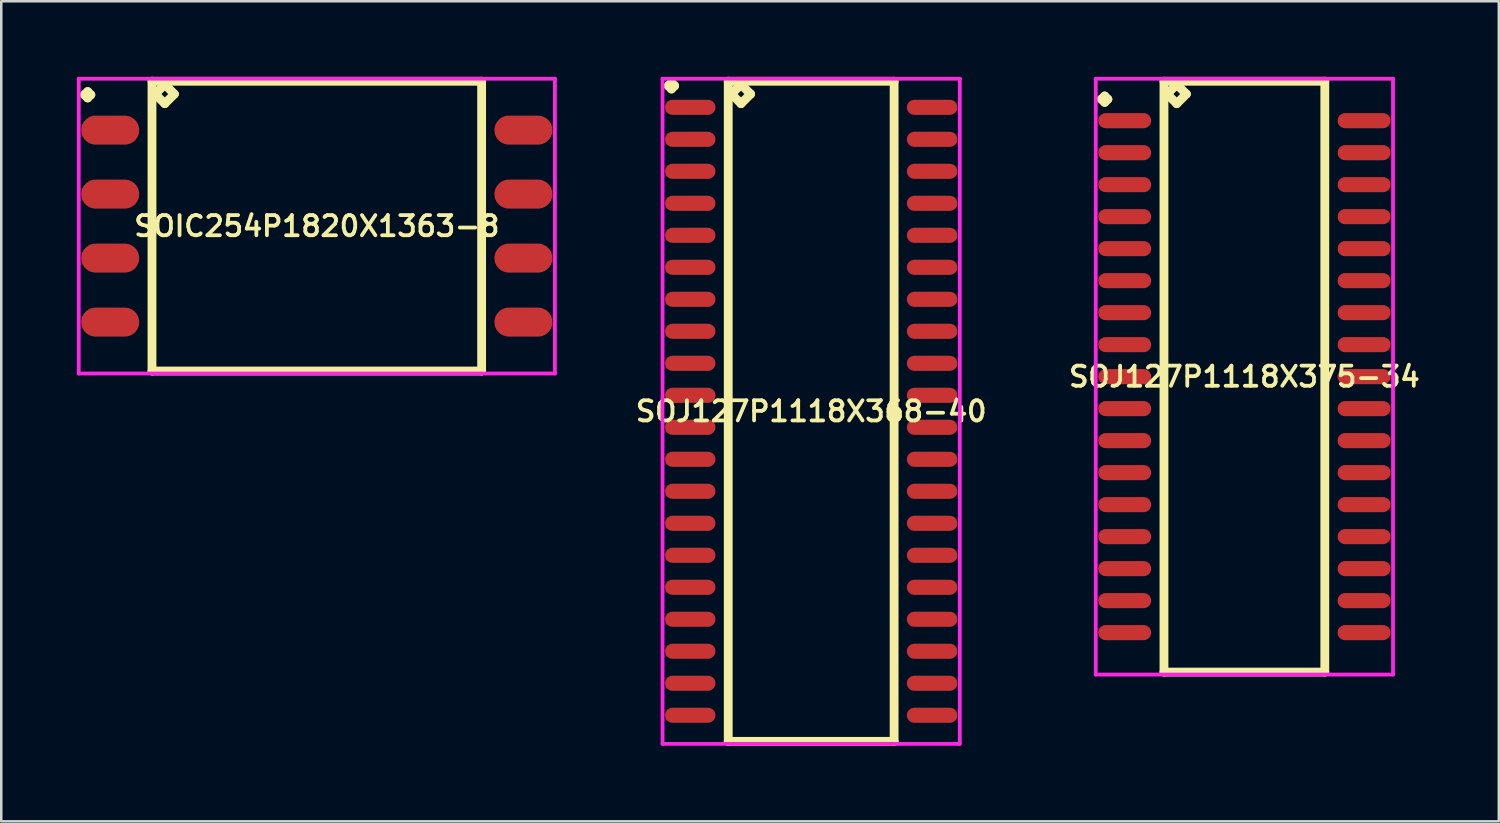
<source format=kicad_pcb>
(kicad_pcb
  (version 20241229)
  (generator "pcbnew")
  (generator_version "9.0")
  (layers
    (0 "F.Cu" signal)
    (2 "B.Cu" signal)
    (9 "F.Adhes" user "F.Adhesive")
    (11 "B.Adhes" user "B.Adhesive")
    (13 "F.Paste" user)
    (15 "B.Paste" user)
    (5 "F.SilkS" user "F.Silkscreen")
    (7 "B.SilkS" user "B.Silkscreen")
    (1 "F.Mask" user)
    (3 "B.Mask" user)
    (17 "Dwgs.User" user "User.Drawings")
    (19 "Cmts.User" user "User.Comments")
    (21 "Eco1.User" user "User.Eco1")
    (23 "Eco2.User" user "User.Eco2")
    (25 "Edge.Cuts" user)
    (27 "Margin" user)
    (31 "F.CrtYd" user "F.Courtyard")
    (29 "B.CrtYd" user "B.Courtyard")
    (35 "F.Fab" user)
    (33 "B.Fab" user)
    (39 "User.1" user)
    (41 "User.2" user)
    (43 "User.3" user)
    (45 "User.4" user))
  (footprint "SOJ127P1118X375-34"
    (layer "F.Cu")
    (at 46.342 11.9)
    (property "Reference" "SOJ127P1118X375-34" (at 0 0 0) (layer "F.SilkS") (effects (font (size 0.8 0.8) (thickness 0.15))))
    (attr smd)
    (fp_line (start -5.673 -11.014) (end -5.546 -11.141) (stroke (width 0.35) (type solid)) (layer "F.SilkS"))
    (fp_line (start -5.546 -11.141) (end -5.419 -11.014) (stroke (width 0.35) (type solid)) (layer "F.SilkS"))
    (fp_line (start -5.546 -10.887) (end -5.673 -11.014) (stroke (width 0.35) (type solid)) (layer "F.SilkS"))
    (fp_line (start -5.419 -11.014) (end -5.546 -10.887) (stroke (width 0.35) (type solid)) (layer "F.SilkS"))
    (fp_line (start -3.192 -11.725) (end -3.192 11.725) (stroke (width 0.35) (type solid)) (layer "F.SilkS"))
    (fp_line (start -3.192 11.725) (end 3.192 11.725) (stroke (width 0.35) (type solid)) (layer "F.SilkS"))
    (fp_line (start -3.065 -11.217) (end -2.684 -11.598) (stroke (width 0.35) (type solid)) (layer "F.SilkS"))
    (fp_line (start -2.684 -11.598) (end -2.303 -11.217) (stroke (width 0.35) (type solid)) (layer "F.SilkS"))
    (fp_line (start -2.684 -10.836) (end -3.065 -11.217) (stroke (width 0.35) (type solid)) (layer "F.SilkS"))
    (fp_line (start -2.303 -11.217) (end -2.684 -10.836) (stroke (width 0.35) (type solid)) (layer "F.SilkS"))
    (fp_line (start 3.192 -11.725) (end -3.192 -11.725) (stroke (width 0.35) (type solid)) (layer "F.SilkS"))
    (fp_line (start 3.192 11.725) (end 3.192 -11.725) (stroke (width 0.35) (type solid)) (layer "F.SilkS"))
    (fp_line (start -5.9 -11.825) (end 5.9 -11.825) (stroke (width 0.15) (type solid)) (layer "F.CrtYd"))
    (fp_line (start -5.9 11.825) (end -5.9 -11.825) (stroke (width 0.15) (type solid)) (layer "F.CrtYd"))
    (fp_line (start 5.9 -11.825) (end 5.9 11.825) (stroke (width 0.15) (type solid)) (layer "F.CrtYd"))
    (fp_line (start 5.9 11.825) (end -5.9 11.825) (stroke (width 0.15) (type solid)) (layer "F.CrtYd"))
    (pad "1" smd oval (at -4.75 -10.16) (size 2.1 0.6) (layers "F.Cu" "F.Mask" "F.Paste"))
    (pad "2" smd oval (at -4.75 -8.89) (size 2.1 0.6) (layers "F.Cu" "F.Mask" "F.Paste"))
    (pad "3" smd oval (at -4.75 -7.62) (size 2.1 0.6) (layers "F.Cu" "F.Mask" "F.Paste"))
    (pad "4" smd oval (at -4.75 -6.35) (size 2.1 0.6) (layers "F.Cu" "F.Mask" "F.Paste"))
    (pad "5" smd oval (at -4.75 -5.08) (size 2.1 0.6) (layers "F.Cu" "F.Mask" "F.Paste"))
    (pad "6" smd oval (at -4.75 -3.81) (size 2.1 0.6) (layers "F.Cu" "F.Mask" "F.Paste"))
    (pad "7" smd oval (at -4.75 -2.54) (size 2.1 0.6) (layers "F.Cu" "F.Mask" "F.Paste"))
    (pad "8" smd oval (at -4.75 -1.27) (size 2.1 0.6) (layers "F.Cu" "F.Mask" "F.Paste"))
    (pad "9" smd oval (at -4.75 0) (size 2.1 0.6) (layers "F.Cu" "F.Mask" "F.Paste"))
    (pad "10" smd oval (at -4.75 1.27) (size 2.1 0.6) (layers "F.Cu" "F.Mask" "F.Paste"))
    (pad "11" smd oval (at -4.75 2.54) (size 2.1 0.6) (layers "F.Cu" "F.Mask" "F.Paste"))
    (pad "12" smd oval (at -4.75 3.81) (size 2.1 0.6) (layers "F.Cu" "F.Mask" "F.Paste"))
    (pad "13" smd oval (at -4.75 5.08) (size 2.1 0.6) (layers "F.Cu" "F.Mask" "F.Paste"))
    (pad "14" smd oval (at -4.75 6.35) (size 2.1 0.6) (layers "F.Cu" "F.Mask" "F.Paste"))
    (pad "15" smd oval (at -4.75 7.62) (size 2.1 0.6) (layers "F.Cu" "F.Mask" "F.Paste"))
    (pad "16" smd oval (at -4.75 8.89) (size 2.1 0.6) (layers "F.Cu" "F.Mask" "F.Paste"))
    (pad "17" smd oval (at -4.75 10.16) (size 2.1 0.6) (layers "F.Cu" "F.Mask" "F.Paste"))
    (pad "18" smd oval (at 4.75 10.16) (size 2.1 0.6) (layers "F.Cu" "F.Mask" "F.Paste"))
    (pad "19" smd oval (at 4.75 8.89) (size 2.1 0.6) (layers "F.Cu" "F.Mask" "F.Paste"))
    (pad "20" smd oval (at 4.75 7.62) (size 2.1 0.6) (layers "F.Cu" "F.Mask" "F.Paste"))
    (pad "21" smd oval (at 4.75 6.35) (size 2.1 0.6) (layers "F.Cu" "F.Mask" "F.Paste"))
    (pad "22" smd oval (at 4.75 5.08) (size 2.1 0.6) (layers "F.Cu" "F.Mask" "F.Paste"))
    (pad "23" smd oval (at 4.75 3.81) (size 2.1 0.6) (layers "F.Cu" "F.Mask" "F.Paste"))
    (pad "24" smd oval (at 4.75 2.54) (size 2.1 0.6) (layers "F.Cu" "F.Mask" "F.Paste"))
    (pad "25" smd oval (at 4.75 1.27) (size 2.1 0.6) (layers "F.Cu" "F.Mask" "F.Paste"))
    (pad "26" smd oval (at 4.75 0) (size 2.1 0.6) (layers "F.Cu" "F.Mask" "F.Paste"))
    (pad "27" smd oval (at 4.75 -1.27) (size 2.1 0.6) (layers "F.Cu" "F.Mask" "F.Paste"))
    (pad "28" smd oval (at 4.75 -2.54) (size 2.1 0.6) (layers "F.Cu" "F.Mask" "F.Paste"))
    (pad "29" smd oval (at 4.75 -3.81) (size 2.1 0.6) (layers "F.Cu" "F.Mask" "F.Paste"))
    (pad "30" smd oval (at 4.75 -5.08) (size 2.1 0.6) (layers "F.Cu" "F.Mask" "F.Paste"))
    (pad "31" smd oval (at 4.75 -6.35) (size 2.1 0.6) (layers "F.Cu" "F.Mask" "F.Paste"))
    (pad "32" smd oval (at 4.75 -7.62) (size 2.1 0.6) (layers "F.Cu" "F.Mask" "F.Paste"))
    (pad "33" smd oval (at 4.75 -8.89) (size 2.1 0.6) (layers "F.Cu" "F.Mask" "F.Paste"))
    (pad "34" smd oval (at 4.75 -10.16) (size 2.1 0.6) (layers "F.Cu" "F.Mask" "F.Paste")))
  (footprint "SOIC254P1820X1363-8"
    (layer "F.Cu")
    (at 9.525 5.925)
    (property "Reference" "SOIC254P1820X1363-8" (at 0 0 0) (layer "F.SilkS") (effects (font (size 0.8 0.8) (thickness 0.15))))
    (attr smd)
    (fp_line (start -9.223 -5.214) (end -9.096 -5.341) (stroke (width 0.35) (type solid)) (layer "F.SilkS"))
    (fp_line (start -9.096 -5.341) (end -8.969 -5.214) (stroke (width 0.35) (type solid)) (layer "F.SilkS"))
    (fp_line (start -9.096 -5.087) (end -9.223 -5.214) (stroke (width 0.35) (type solid)) (layer "F.SilkS"))
    (fp_line (start -8.969 -5.214) (end -9.096 -5.087) (stroke (width 0.35) (type solid)) (layer "F.SilkS"))
    (fp_line (start -6.542 -5.75) (end -6.542 5.75) (stroke (width 0.35) (type solid)) (layer "F.SilkS"))
    (fp_line (start -6.542 5.75) (end 6.542 5.75) (stroke (width 0.35) (type solid)) (layer "F.SilkS"))
    (fp_line (start -6.415 -5.242) (end -6.034 -5.623) (stroke (width 0.35) (type solid)) (layer "F.SilkS"))
    (fp_line (start -6.034 -5.623) (end -5.653 -5.242) (stroke (width 0.35) (type solid)) (layer "F.SilkS"))
    (fp_line (start -6.034 -4.861) (end -6.415 -5.242) (stroke (width 0.35) (type solid)) (layer "F.SilkS"))
    (fp_line (start -5.653 -5.242) (end -6.034 -4.861) (stroke (width 0.35) (type solid)) (layer "F.SilkS"))
    (fp_line (start 6.542 -5.75) (end -6.542 -5.75) (stroke (width 0.35) (type solid)) (layer "F.SilkS"))
    (fp_line (start 6.542 5.75) (end 6.542 -5.75) (stroke (width 0.35) (type solid)) (layer "F.SilkS"))
    (fp_line (start -9.45 -5.85) (end 9.45 -5.85) (stroke (width 0.15) (type solid)) (layer "F.CrtYd"))
    (fp_line (start -9.45 5.85) (end -9.45 -5.85) (stroke (width 0.15) (type solid)) (layer "F.CrtYd"))
    (fp_line (start 9.45 -5.85) (end 9.45 5.85) (stroke (width 0.15) (type solid)) (layer "F.CrtYd"))
    (fp_line (start 9.45 5.85) (end -9.45 5.85) (stroke (width 0.15) (type solid)) (layer "F.CrtYd"))
    (pad "1" smd oval (at -8.2 -3.81) (size 2.3 1.15) (layers "F.Cu" "F.Mask" "F.Paste"))
    (pad "2" smd oval (at -8.2 -1.27) (size 2.3 1.15) (layers "F.Cu" "F.Mask" "F.Paste"))
    (pad "3" smd oval (at -8.2 1.27) (size 2.3 1.15) (layers "F.Cu" "F.Mask" "F.Paste"))
    (pad "4" smd oval (at -8.2 3.81) (size 2.3 1.15) (layers "F.Cu" "F.Mask" "F.Paste"))
    (pad "5" smd oval (at 8.2 3.81) (size 2.3 1.15) (layers "F.Cu" "F.Mask" "F.Paste"))
    (pad "6" smd oval (at 8.2 1.27) (size 2.3 1.15) (layers "F.Cu" "F.Mask" "F.Paste"))
    (pad "7" smd oval (at 8.2 -1.27) (size 2.3 1.15) (layers "F.Cu" "F.Mask" "F.Paste"))
    (pad "8" smd oval (at 8.2 -3.81) (size 2.3 1.15) (layers "F.Cu" "F.Mask" "F.Paste")))
  (footprint "SOJ127P1118X368-40"
    (layer "F.Cu")
    (at 29.147 13.275)
    (property "Reference" "SOJ127P1118X368-40" (at 0 0 0) (layer "F.SilkS") (effects (font (size 0.8 0.8) (thickness 0.15))))
    (attr smd)
    (fp_line (start -5.673 -12.919) (end -5.546 -13.046) (stroke (width 0.35) (type solid)) (layer "F.SilkS"))
    (fp_line (start -5.546 -13.046) (end -5.419 -12.919) (stroke (width 0.35) (type solid)) (layer "F.SilkS"))
    (fp_line (start -5.546 -12.792) (end -5.673 -12.919) (stroke (width 0.35) (type solid)) (layer "F.SilkS"))
    (fp_line (start -5.419 -12.919) (end -5.546 -12.792) (stroke (width 0.35) (type solid)) (layer "F.SilkS"))
    (fp_line (start -3.292 -13.1) (end -3.292 13.1) (stroke (width 0.35) (type solid)) (layer "F.SilkS"))
    (fp_line (start -3.292 13.1) (end 3.292 13.1) (stroke (width 0.35) (type solid)) (layer "F.SilkS"))
    (fp_line (start -3.165 -12.592) (end -2.784 -12.973) (stroke (width 0.35) (type solid)) (layer "F.SilkS"))
    (fp_line (start -2.784 -12.973) (end -2.403 -12.592) (stroke (width 0.35) (type solid)) (layer "F.SilkS"))
    (fp_line (start -2.784 -12.211) (end -3.165 -12.592) (stroke (width 0.35) (type solid)) (layer "F.SilkS"))
    (fp_line (start -2.403 -12.592) (end -2.784 -12.211) (stroke (width 0.35) (type solid)) (layer "F.SilkS"))
    (fp_line (start 3.292 -13.1) (end -3.292 -13.1) (stroke (width 0.35) (type solid)) (layer "F.SilkS"))
    (fp_line (start 3.292 13.1) (end 3.292 -13.1) (stroke (width 0.35) (type solid)) (layer "F.SilkS"))
    (fp_line (start -5.9 -13.2) (end 5.9 -13.2) (stroke (width 0.15) (type solid)) (layer "F.CrtYd"))
    (fp_line (start -5.9 13.2) (end -5.9 -13.2) (stroke (width 0.15) (type solid)) (layer "F.CrtYd"))
    (fp_line (start 5.9 -13.2) (end 5.9 13.2) (stroke (width 0.15) (type solid)) (layer "F.CrtYd"))
    (fp_line (start 5.9 13.2) (end -5.9 13.2) (stroke (width 0.15) (type solid)) (layer "F.CrtYd"))
    (pad "1" smd oval (at -4.8 -12.065) (size 2 0.6) (layers "F.Cu" "F.Mask" "F.Paste"))
    (pad "2" smd oval (at -4.8 -10.795) (size 2 0.6) (layers "F.Cu" "F.Mask" "F.Paste"))
    (pad "3" smd oval (at -4.8 -9.525) (size 2 0.6) (layers "F.Cu" "F.Mask" "F.Paste"))
    (pad "4" smd oval (at -4.8 -8.255) (size 2 0.6) (layers "F.Cu" "F.Mask" "F.Paste"))
    (pad "5" smd oval (at -4.8 -6.985) (size 2 0.6) (layers "F.Cu" "F.Mask" "F.Paste"))
    (pad "6" smd oval (at -4.8 -5.715) (size 2 0.6) (layers "F.Cu" "F.Mask" "F.Paste"))
    (pad "7" smd oval (at -4.8 -4.445) (size 2 0.6) (layers "F.Cu" "F.Mask" "F.Paste"))
    (pad "8" smd oval (at -4.8 -3.175) (size 2 0.6) (layers "F.Cu" "F.Mask" "F.Paste"))
    (pad "9" smd oval (at -4.8 -1.905) (size 2 0.6) (layers "F.Cu" "F.Mask" "F.Paste"))
    (pad "10" smd oval (at -4.8 -0.635) (size 2 0.6) (layers "F.Cu" "F.Mask" "F.Paste"))
    (pad "11" smd oval (at -4.8 0.635) (size 2 0.6) (layers "F.Cu" "F.Mask" "F.Paste"))
    (pad "12" smd oval (at -4.8 1.905) (size 2 0.6) (layers "F.Cu" "F.Mask" "F.Paste"))
    (pad "13" smd oval (at -4.8 3.175) (size 2 0.6) (layers "F.Cu" "F.Mask" "F.Paste"))
    (pad "14" smd oval (at -4.8 4.445) (size 2 0.6) (layers "F.Cu" "F.Mask" "F.Paste"))
    (pad "15" smd oval (at -4.8 5.715) (size 2 0.6) (layers "F.Cu" "F.Mask" "F.Paste"))
    (pad "16" smd oval (at -4.8 6.985) (size 2 0.6) (layers "F.Cu" "F.Mask" "F.Paste"))
    (pad "17" smd oval (at -4.8 8.255) (size 2 0.6) (layers "F.Cu" "F.Mask" "F.Paste"))
    (pad "18" smd oval (at -4.8 9.525) (size 2 0.6) (layers "F.Cu" "F.Mask" "F.Paste"))
    (pad "19" smd oval (at -4.8 10.795) (size 2 0.6) (layers "F.Cu" "F.Mask" "F.Paste"))
    (pad "20" smd oval (at -4.8 12.065) (size 2 0.6) (layers "F.Cu" "F.Mask" "F.Paste"))
    (pad "21" smd oval (at 4.8 12.065) (size 2 0.6) (layers "F.Cu" "F.Mask" "F.Paste"))
    (pad "22" smd oval (at 4.8 10.795) (size 2 0.6) (layers "F.Cu" "F.Mask" "F.Paste"))
    (pad "23" smd oval (at 4.8 9.525) (size 2 0.6) (layers "F.Cu" "F.Mask" "F.Paste"))
    (pad "24" smd oval (at 4.8 8.255) (size 2 0.6) (layers "F.Cu" "F.Mask" "F.Paste"))
    (pad "25" smd oval (at 4.8 6.985) (size 2 0.6) (layers "F.Cu" "F.Mask" "F.Paste"))
    (pad "26" smd oval (at 4.8 5.715) (size 2 0.6) (layers "F.Cu" "F.Mask" "F.Paste"))
    (pad "27" smd oval (at 4.8 4.445) (size 2 0.6) (layers "F.Cu" "F.Mask" "F.Paste"))
    (pad "28" smd oval (at 4.8 3.175) (size 2 0.6) (layers "F.Cu" "F.Mask" "F.Paste"))
    (pad "29" smd oval (at 4.8 1.905) (size 2 0.6) (layers "F.Cu" "F.Mask" "F.Paste"))
    (pad "30" smd oval (at 4.8 0.635) (size 2 0.6) (layers "F.Cu" "F.Mask" "F.Paste"))
    (pad "31" smd oval (at 4.8 -0.635) (size 2 0.6) (layers "F.Cu" "F.Mask" "F.Paste"))
    (pad "32" smd oval (at 4.8 -1.905) (size 2 0.6) (layers "F.Cu" "F.Mask" "F.Paste"))
    (pad "33" smd oval (at 4.8 -3.175) (size 2 0.6) (layers "F.Cu" "F.Mask" "F.Paste"))
    (pad "34" smd oval (at 4.8 -4.445) (size 2 0.6) (layers "F.Cu" "F.Mask" "F.Paste"))
    (pad "35" smd oval (at 4.8 -5.715) (size 2 0.6) (layers "F.Cu" "F.Mask" "F.Paste"))
    (pad "36" smd oval (at 4.8 -6.985) (size 2 0.6) (layers "F.Cu" "F.Mask" "F.Paste"))
    (pad "37" smd oval (at 4.8 -8.255) (size 2 0.6) (layers "F.Cu" "F.Mask" "F.Paste"))
    (pad "38" smd oval (at 4.8 -9.525) (size 2 0.6) (layers "F.Cu" "F.Mask" "F.Paste"))
    (pad "39" smd oval (at 4.8 -10.795) (size 2 0.6) (layers "F.Cu" "F.Mask" "F.Paste"))
    (pad "40" smd oval (at 4.8 -12.065) (size 2 0.6) (layers "F.Cu" "F.Mask" "F.Paste")))
  (gr_rect
    (start -3 -3)
    (end 56.44 29.55)
    (stroke (width 0.1) (type default))
    (fill no)
    (layer "Edge.Cuts")))
</source>
